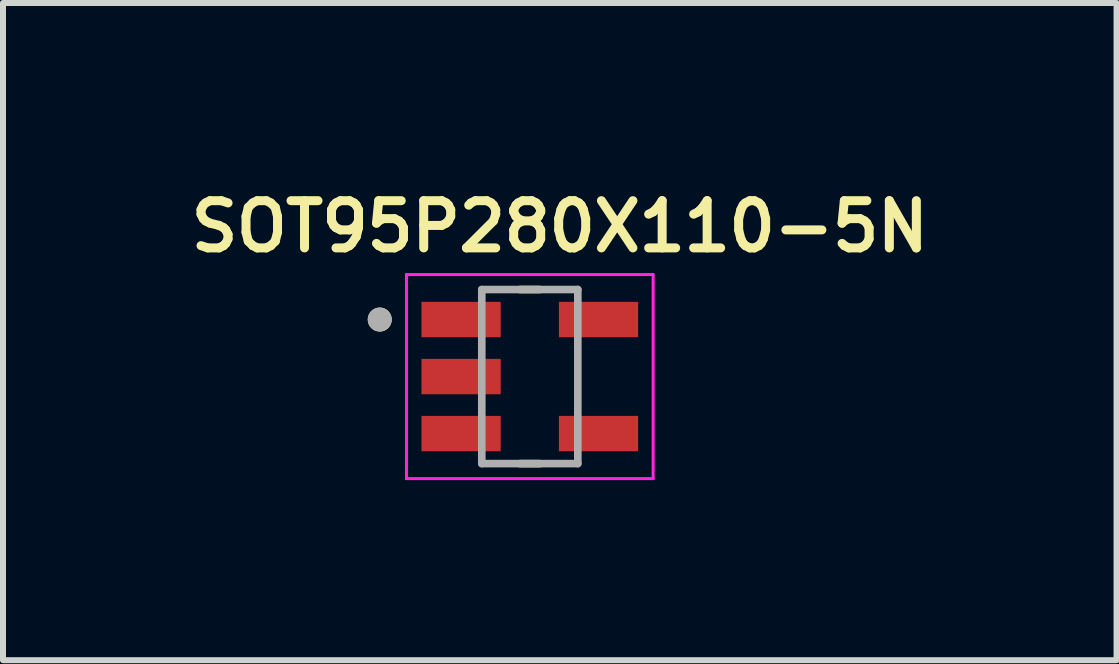
<source format=kicad_pcb>
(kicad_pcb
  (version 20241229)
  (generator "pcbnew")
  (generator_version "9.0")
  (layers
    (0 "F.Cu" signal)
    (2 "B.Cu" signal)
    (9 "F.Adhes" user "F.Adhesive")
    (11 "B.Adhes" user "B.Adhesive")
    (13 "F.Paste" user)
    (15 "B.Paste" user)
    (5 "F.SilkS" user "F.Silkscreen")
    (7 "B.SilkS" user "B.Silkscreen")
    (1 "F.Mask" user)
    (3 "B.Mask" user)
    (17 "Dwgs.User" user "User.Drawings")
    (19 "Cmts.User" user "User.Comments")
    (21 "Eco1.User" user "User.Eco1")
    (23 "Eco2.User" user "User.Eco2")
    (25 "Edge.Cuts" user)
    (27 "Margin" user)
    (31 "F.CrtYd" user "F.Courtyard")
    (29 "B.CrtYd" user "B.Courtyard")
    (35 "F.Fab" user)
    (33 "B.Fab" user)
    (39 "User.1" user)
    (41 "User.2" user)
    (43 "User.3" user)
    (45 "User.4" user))
  (footprint "SOT95P280X110-5N"
    (layer "F.Cu")
    (at 5.777 3.224)
    (property "Reference" "SOT95P280X110-5N" (at 0.5 -2.5 0) (layer "F.SilkS") (effects (font (size 0.787 0.787) (thickness 0.15))))
    (attr smd)
    (fp_line (start -0.165 -1.45) (end 0.165 -1.45) (stroke (width 0.127) (type solid)) (layer "F.SilkS"))
    (fp_line (start 0.165 1.45) (end -0.165 1.45) (stroke (width 0.127) (type solid)) (layer "F.SilkS"))
    (fp_circle (center -2.5 -0.95) (end -2.4 -0.95) (stroke (width 0.2) (type solid)) (fill no) (layer "F.SilkS"))
    (fp_line (start -2.055 -1.7) (end -2.055 1.7) (stroke (width 0.05) (type solid)) (layer "F.CrtYd"))
    (fp_line (start -2.055 1.7) (end 2.055 1.7) (stroke (width 0.05) (type solid)) (layer "F.CrtYd"))
    (fp_line (start 2.055 -1.7) (end -2.055 -1.7) (stroke (width 0.05) (type solid)) (layer "F.CrtYd"))
    (fp_line (start 2.055 1.7) (end 2.055 -1.7) (stroke (width 0.05) (type solid)) (layer "F.CrtYd"))
    (fp_line (start -0.8 -1.45) (end 0.8 -1.45) (stroke (width 0.127) (type solid)) (layer "F.Fab"))
    (fp_line (start -0.8 1.45) (end -0.8 -1.45) (stroke (width 0.127) (type solid)) (layer "F.Fab"))
    (fp_line (start 0.8 -1.45) (end 0.8 1.45) (stroke (width 0.127) (type solid)) (layer "F.Fab"))
    (fp_line (start 0.8 1.45) (end -0.8 1.45) (stroke (width 0.127) (type solid)) (layer "F.Fab"))
    (fp_circle (center -2.5 -0.95) (end -2.4 -0.95) (stroke (width 0.2) (type solid)) (fill no) (layer "F.Fab"))
    (pad "1" smd rect (at -1.145 -0.95) (size 1.32 0.59) (layers "F.Cu" "F.Mask" "F.Paste"))
    (pad "2" smd rect (at -1.145 0) (size 1.32 0.59) (layers "F.Cu" "F.Mask" "F.Paste"))
    (pad "3" smd rect (at -1.145 0.95) (size 1.32 0.59) (layers "F.Cu" "F.Mask" "F.Paste"))
    (pad "4" smd rect (at 1.145 0.95) (size 1.32 0.59) (layers "F.Cu" "F.Mask" "F.Paste"))
    (pad "5" smd rect (at 1.145 -0.95) (size 1.32 0.59) (layers "F.Cu" "F.Mask" "F.Paste")))
  (gr_rect
    (start -3 -3)
    (end 15.553 7.949)
    (stroke (width 0.1) (type default))
    (fill no)
    (layer "Edge.Cuts")))
</source>
